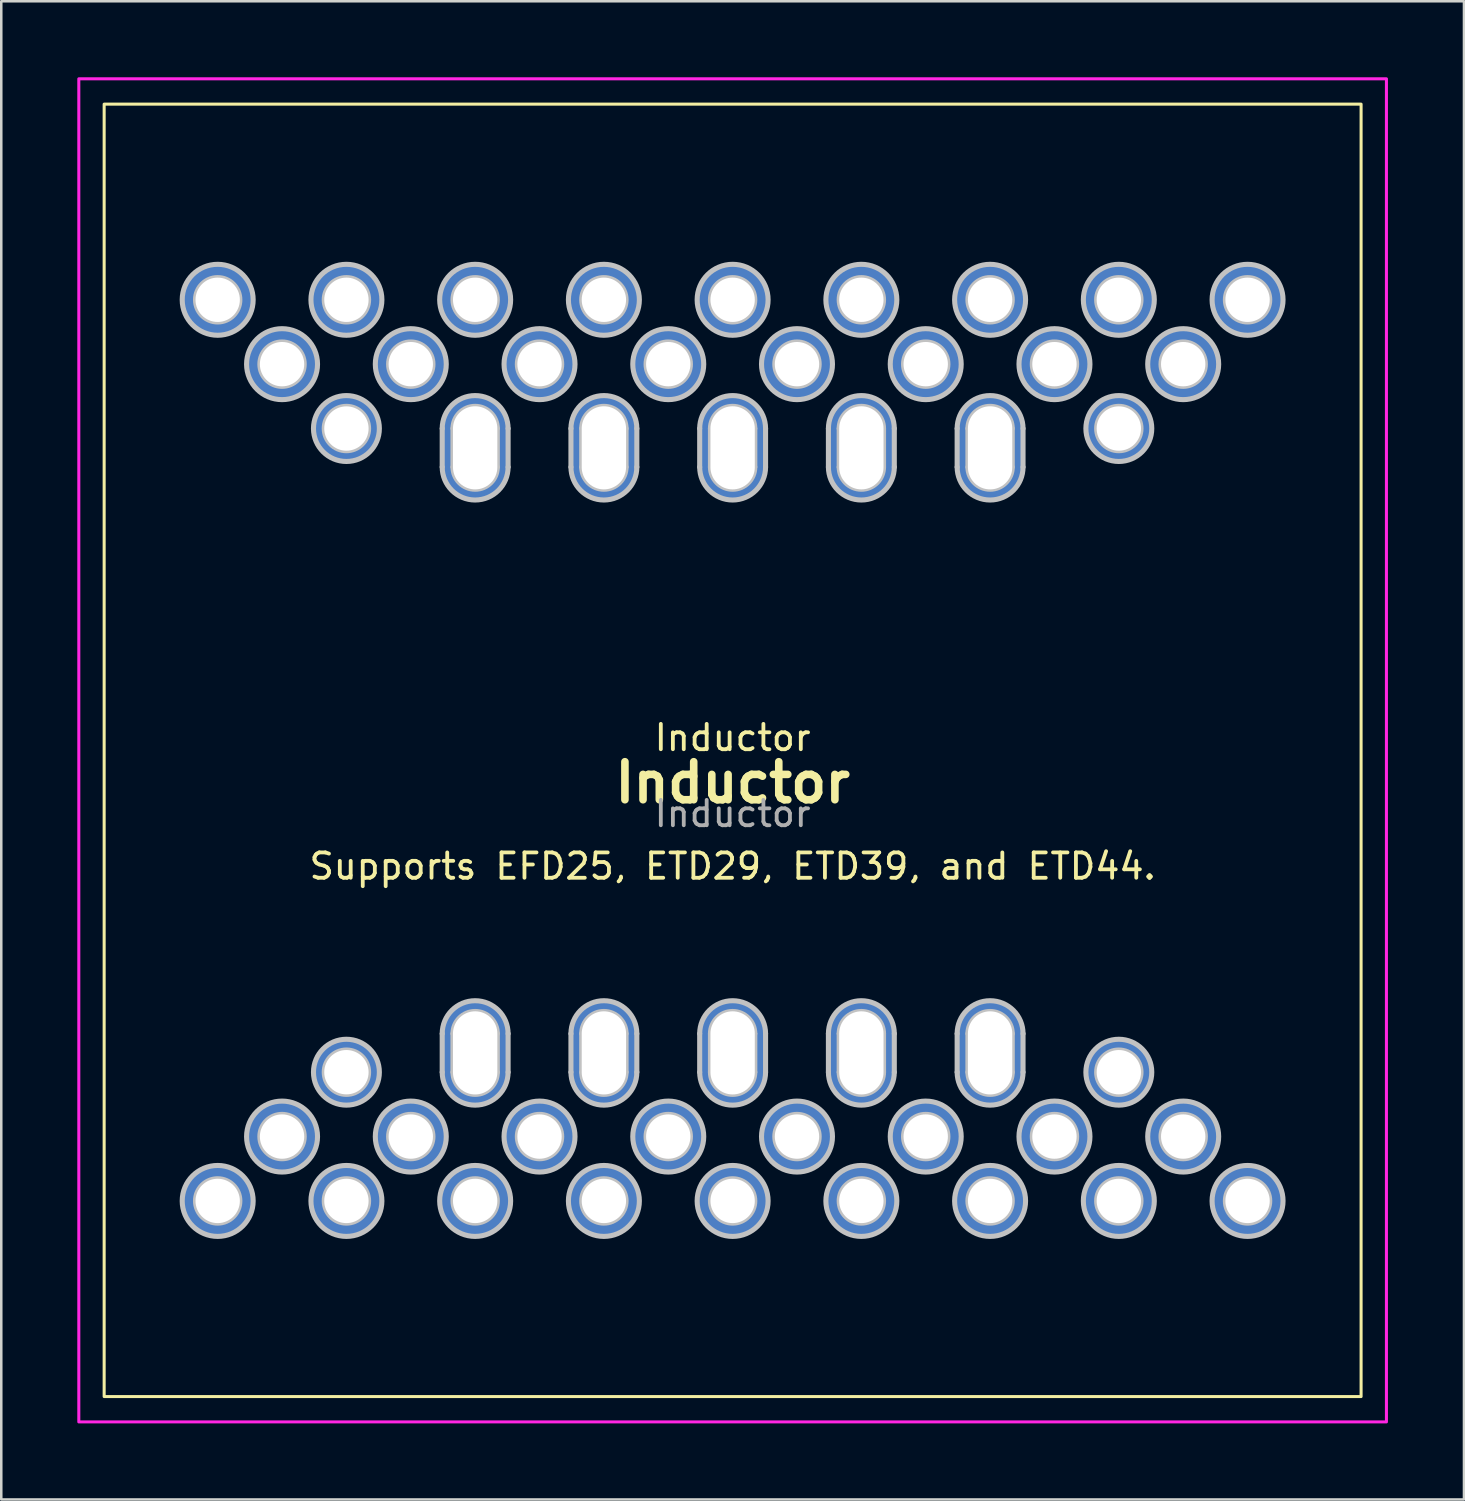
<source format=kicad_pcb>
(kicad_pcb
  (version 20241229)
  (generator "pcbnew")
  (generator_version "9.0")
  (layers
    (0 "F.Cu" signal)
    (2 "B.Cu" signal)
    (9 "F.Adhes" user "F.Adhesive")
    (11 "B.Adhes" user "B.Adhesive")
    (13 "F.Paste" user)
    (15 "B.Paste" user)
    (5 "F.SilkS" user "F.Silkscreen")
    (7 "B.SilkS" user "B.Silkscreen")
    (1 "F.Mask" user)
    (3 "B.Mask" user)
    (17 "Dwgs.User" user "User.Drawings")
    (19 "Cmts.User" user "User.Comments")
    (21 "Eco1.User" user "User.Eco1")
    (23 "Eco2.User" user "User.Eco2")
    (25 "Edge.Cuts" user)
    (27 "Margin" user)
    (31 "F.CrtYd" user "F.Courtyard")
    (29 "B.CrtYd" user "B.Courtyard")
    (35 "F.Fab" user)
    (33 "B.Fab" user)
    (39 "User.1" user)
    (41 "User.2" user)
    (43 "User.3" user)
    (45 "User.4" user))
  (footprint "Inductor"
    (layer "F.Cu")
    (at 25.86 26.56)
    (property "Reference" "Inductor" (at 0 -0.5 0) (unlocked yes) (layer "F.SilkS") (effects (font (size 1 1) (thickness 0.15))))
    (attr through_hole)
    (fp_rect (start -24.8 -25.5) (end 24.8 25.5) (stroke (width 0.12) (type default)) (fill no) (layer "F.SilkS"))
    (fp_line (start -11.46 -12.7) (end -11.46 -11.179) (stroke (width 0.2) (type default)) (layer "Dwgs.User"))
    (fp_line (start -11.46 12.7) (end -11.46 11.179) (stroke (width 0.2) (type default)) (layer "Dwgs.User"))
    (fp_line (start -11.035 -12.7) (end -11.035 -11.179) (stroke (width 0.2) (type default)) (layer "Dwgs.User"))
    (fp_line (start -11.035 12.7) (end -11.035 11.179) (stroke (width 0.2) (type default)) (layer "Dwgs.User"))
    (fp_line (start -10.16 -12.7) (end -10.16 -11.179) (stroke (width 0.2) (type default)) (layer "Dwgs.User"))
    (fp_line (start -10.16 -12.7) (end -10.16 -11.179) (stroke (width 0.2) (type default)) (layer "Dwgs.User"))
    (fp_line (start -10.16 12.7) (end -10.16 11.179) (stroke (width 0.2) (type default)) (layer "Dwgs.User"))
    (fp_line (start -10.16 12.7) (end -10.16 11.179) (stroke (width 0.2) (type default)) (layer "Dwgs.User"))
    (fp_line (start -9.285 -12.7) (end -9.285 -11.179) (stroke (width 0.2) (type default)) (layer "Dwgs.User"))
    (fp_line (start -9.285 12.7) (end -9.285 11.179) (stroke (width 0.2) (type default)) (layer "Dwgs.User"))
    (fp_line (start -8.86 -12.7) (end -8.86 -11.179) (stroke (width 0.2) (type default)) (layer "Dwgs.User"))
    (fp_line (start -8.86 12.7) (end -8.86 11.179) (stroke (width 0.2) (type default)) (layer "Dwgs.User"))
    (fp_line (start -6.38 -12.7) (end -6.38 -11.179) (stroke (width 0.2) (type default)) (layer "Dwgs.User"))
    (fp_line (start -6.38 12.7) (end -6.38 11.179) (stroke (width 0.2) (type default)) (layer "Dwgs.User"))
    (fp_line (start -5.955 -12.7) (end -5.955 -11.179) (stroke (width 0.2) (type default)) (layer "Dwgs.User"))
    (fp_line (start -5.955 12.7) (end -5.955 11.179) (stroke (width 0.2) (type default)) (layer "Dwgs.User"))
    (fp_line (start -5.08 -12.7) (end -5.08 -11.179) (stroke (width 0.2) (type default)) (layer "Dwgs.User"))
    (fp_line (start -5.08 -12.7) (end -5.08 -11.179) (stroke (width 0.2) (type default)) (layer "Dwgs.User"))
    (fp_line (start -5.08 12.7) (end -5.08 11.179) (stroke (width 0.2) (type default)) (layer "Dwgs.User"))
    (fp_line (start -5.08 12.7) (end -5.08 11.179) (stroke (width 0.2) (type default)) (layer "Dwgs.User"))
    (fp_line (start -4.205 -12.7) (end -4.205 -11.179) (stroke (width 0.2) (type default)) (layer "Dwgs.User"))
    (fp_line (start -4.205 12.7) (end -4.205 11.179) (stroke (width 0.2) (type default)) (layer "Dwgs.User"))
    (fp_line (start -3.78 -12.7) (end -3.78 -11.179) (stroke (width 0.2) (type default)) (layer "Dwgs.User"))
    (fp_line (start -3.78 12.7) (end -3.78 11.179) (stroke (width 0.2) (type default)) (layer "Dwgs.User"))
    (fp_line (start -1.3 -12.7) (end -1.3 -11.179) (stroke (width 0.2) (type default)) (layer "Dwgs.User"))
    (fp_line (start -1.3 12.7) (end -1.3 11.179) (stroke (width 0.2) (type default)) (layer "Dwgs.User"))
    (fp_line (start -0.875 -12.7) (end -0.875 -11.179) (stroke (width 0.2) (type default)) (layer "Dwgs.User"))
    (fp_line (start -0.875 12.7) (end -0.875 11.179) (stroke (width 0.2) (type default)) (layer "Dwgs.User"))
    (fp_line (start 0 -12.7) (end 0 -11.179) (stroke (width 0.2) (type default)) (layer "Dwgs.User"))
    (fp_line (start 0 -12.7) (end 0 -11.179) (stroke (width 0.2) (type default)) (layer "Dwgs.User"))
    (fp_line (start 0 12.7) (end 0 11.179) (stroke (width 0.2) (type default)) (layer "Dwgs.User"))
    (fp_line (start 0 12.7) (end 0 11.179) (stroke (width 0.2) (type default)) (layer "Dwgs.User"))
    (fp_line (start 0.875 -12.7) (end 0.875 -11.179) (stroke (width 0.2) (type default)) (layer "Dwgs.User"))
    (fp_line (start 0.875 12.7) (end 0.875 11.179) (stroke (width 0.2) (type default)) (layer "Dwgs.User"))
    (fp_line (start 1.3 -12.7) (end 1.3 -11.179) (stroke (width 0.2) (type default)) (layer "Dwgs.User"))
    (fp_line (start 1.3 12.7) (end 1.3 11.179) (stroke (width 0.2) (type default)) (layer "Dwgs.User"))
    (fp_line (start 3.78 -12.7) (end 3.78 -11.179) (stroke (width 0.2) (type default)) (layer "Dwgs.User"))
    (fp_line (start 3.78 12.7) (end 3.78 11.179) (stroke (width 0.2) (type default)) (layer "Dwgs.User"))
    (fp_line (start 4.205 -12.7) (end 4.205 -11.179) (stroke (width 0.2) (type default)) (layer "Dwgs.User"))
    (fp_line (start 4.205 12.7) (end 4.205 11.179) (stroke (width 0.2) (type default)) (layer "Dwgs.User"))
    (fp_line (start 5.08 -12.7) (end 5.08 -11.179) (stroke (width 0.2) (type default)) (layer "Dwgs.User"))
    (fp_line (start 5.08 -12.7) (end 5.08 -11.179) (stroke (width 0.2) (type default)) (layer "Dwgs.User"))
    (fp_line (start 5.08 12.7) (end 5.08 11.179) (stroke (width 0.2) (type default)) (layer "Dwgs.User"))
    (fp_line (start 5.08 12.7) (end 5.08 11.179) (stroke (width 0.2) (type default)) (layer "Dwgs.User"))
    (fp_line (start 5.955 -12.7) (end 5.955 -11.179) (stroke (width 0.2) (type default)) (layer "Dwgs.User"))
    (fp_line (start 5.955 12.7) (end 5.955 11.179) (stroke (width 0.2) (type default)) (layer "Dwgs.User"))
    (fp_line (start 6.38 -12.7) (end 6.38 -11.179) (stroke (width 0.2) (type default)) (layer "Dwgs.User"))
    (fp_line (start 6.38 12.7) (end 6.38 11.179) (stroke (width 0.2) (type default)) (layer "Dwgs.User"))
    (fp_line (start 8.86 -12.7) (end 8.86 -11.179) (stroke (width 0.2) (type default)) (layer "Dwgs.User"))
    (fp_line (start 8.86 12.7) (end 8.86 11.179) (stroke (width 0.2) (type default)) (layer "Dwgs.User"))
    (fp_line (start 9.285 -12.7) (end 9.285 -11.179) (stroke (width 0.2) (type default)) (layer "Dwgs.User"))
    (fp_line (start 9.285 12.7) (end 9.285 11.179) (stroke (width 0.2) (type default)) (layer "Dwgs.User"))
    (fp_line (start 10.16 -12.7) (end 10.16 -11.179) (stroke (width 0.2) (type default)) (layer "Dwgs.User"))
    (fp_line (start 10.16 -12.7) (end 10.16 -11.179) (stroke (width 0.2) (type default)) (layer "Dwgs.User"))
    (fp_line (start 10.16 12.7) (end 10.16 11.179) (stroke (width 0.2) (type default)) (layer "Dwgs.User"))
    (fp_line (start 10.16 12.7) (end 10.16 11.179) (stroke (width 0.2) (type default)) (layer "Dwgs.User"))
    (fp_line (start 11.035 -12.7) (end 11.035 -11.179) (stroke (width 0.2) (type default)) (layer "Dwgs.User"))
    (fp_line (start 11.035 12.7) (end 11.035 11.179) (stroke (width 0.2) (type default)) (layer "Dwgs.User"))
    (fp_line (start 11.46 -12.7) (end 11.46 -11.179) (stroke (width 0.2) (type default)) (layer "Dwgs.User"))
    (fp_line (start 11.46 12.7) (end 11.46 11.179) (stroke (width 0.2) (type default)) (layer "Dwgs.User"))
    (fp_arc (start -11.46 -12.7) (mid -10.16 -14) (end -8.86 -12.7) (stroke (width 0.2) (type default)) (layer "Dwgs.User"))
    (fp_arc (start -11.46 11.179113) (mid -10.16 9.879113) (end -8.86 11.179113) (stroke (width 0.2) (type default)) (layer "Dwgs.User"))
    (fp_arc (start -11.035 -12.7) (mid -10.16 -13.575) (end -9.285 -12.7) (stroke (width 0.2) (type default)) (layer "Dwgs.User"))
    (fp_arc (start -11.035 11.179113) (mid -10.16 10.304113) (end -9.285 11.179113) (stroke (width 0.2) (type default)) (layer "Dwgs.User"))
    (fp_arc (start -9.285 -11.179113) (mid -10.16 -10.304113) (end -11.035 -11.179113) (stroke (width 0.2) (type default)) (layer "Dwgs.User"))
    (fp_arc (start -9.285 12.7) (mid -10.16 13.575) (end -11.035 12.7) (stroke (width 0.2) (type default)) (layer "Dwgs.User"))
    (fp_arc (start -8.86 -11.179113) (mid -10.16 -9.879113) (end -11.46 -11.179113) (stroke (width 0.2) (type default)) (layer "Dwgs.User"))
    (fp_arc (start -8.86 12.7) (mid -10.16 14) (end -11.46 12.7) (stroke (width 0.2) (type default)) (layer "Dwgs.User"))
    (fp_arc (start -6.38 -12.7) (mid -5.08 -14) (end -3.78 -12.7) (stroke (width 0.2) (type default)) (layer "Dwgs.User"))
    (fp_arc (start -6.38 11.179113) (mid -5.08 9.879113) (end -3.78 11.179113) (stroke (width 0.2) (type default)) (layer "Dwgs.User"))
    (fp_arc (start -5.955 -12.7) (mid -5.08 -13.575) (end -4.205 -12.7) (stroke (width 0.2) (type default)) (layer "Dwgs.User"))
    (fp_arc (start -5.955 11.179113) (mid -5.08 10.304113) (end -4.205 11.179113) (stroke (width 0.2) (type default)) (layer "Dwgs.User"))
    (fp_arc (start -4.205 -11.179113) (mid -5.08 -10.304113) (end -5.955 -11.179113) (stroke (width 0.2) (type default)) (layer "Dwgs.User"))
    (fp_arc (start -4.205 12.7) (mid -5.08 13.575) (end -5.955 12.7) (stroke (width 0.2) (type default)) (layer "Dwgs.User"))
    (fp_arc (start -3.78 -11.179113) (mid -5.08 -9.879113) (end -6.38 -11.179113) (stroke (width 0.2) (type default)) (layer "Dwgs.User"))
    (fp_arc (start -3.78 12.7) (mid -5.08 14) (end -6.38 12.7) (stroke (width 0.2) (type default)) (layer "Dwgs.User"))
    (fp_arc (start -1.3 -12.7) (mid 0 -14) (end 1.3 -12.7) (stroke (width 0.2) (type default)) (layer "Dwgs.User"))
    (fp_arc (start -1.3 11.179113) (mid 0 9.879113) (end 1.3 11.179113) (stroke (width 0.2) (type default)) (layer "Dwgs.User"))
    (fp_arc (start -0.875 -12.7) (mid 0 -13.575) (end 0.875 -12.7) (stroke (width 0.2) (type default)) (layer "Dwgs.User"))
    (fp_arc (start -0.875 11.179113) (mid 0 10.304113) (end 0.875 11.179113) (stroke (width 0.2) (type default)) (layer "Dwgs.User"))
    (fp_arc (start 0.875 -11.179113) (mid 0 -10.304113) (end -0.875 -11.179113) (stroke (width 0.2) (type default)) (layer "Dwgs.User"))
    (fp_arc (start 0.875 12.7) (mid 0 13.575) (end -0.875 12.7) (stroke (width 0.2) (type default)) (layer "Dwgs.User"))
    (fp_arc (start 1.3 -11.179113) (mid 0 -9.879113) (end -1.3 -11.179113) (stroke (width 0.2) (type default)) (layer "Dwgs.User"))
    (fp_arc (start 1.3 12.7) (mid 0 14) (end -1.3 12.7) (stroke (width 0.2) (type default)) (layer "Dwgs.User"))
    (fp_arc (start 3.78 -12.7) (mid 5.08 -14) (end 6.38 -12.7) (stroke (width 0.2) (type default)) (layer "Dwgs.User"))
    (fp_arc (start 3.78 11.179113) (mid 5.08 9.879113) (end 6.38 11.179113) (stroke (width 0.2) (type default)) (layer "Dwgs.User"))
    (fp_arc (start 4.205 -12.7) (mid 5.08 -13.575) (end 5.955 -12.7) (stroke (width 0.2) (type default)) (layer "Dwgs.User"))
    (fp_arc (start 4.205 11.179113) (mid 5.08 10.304113) (end 5.955 11.179113) (stroke (width 0.2) (type default)) (layer "Dwgs.User"))
    (fp_arc (start 5.955 -11.179113) (mid 5.08 -10.304113) (end 4.205 -11.179113) (stroke (width 0.2) (type default)) (layer "Dwgs.User"))
    (fp_arc (start 5.955 12.7) (mid 5.08 13.575) (end 4.205 12.7) (stroke (width 0.2) (type default)) (layer "Dwgs.User"))
    (fp_arc (start 6.38 -11.179113) (mid 5.08 -9.879113) (end 3.78 -11.179113) (stroke (width 0.2) (type default)) (layer "Dwgs.User"))
    (fp_arc (start 6.38 12.7) (mid 5.08 14) (end 3.78 12.7) (stroke (width 0.2) (type default)) (layer "Dwgs.User"))
    (fp_arc (start 8.86 -12.7) (mid 10.16 -14) (end 11.46 -12.7) (stroke (width 0.2) (type default)) (layer "Dwgs.User"))
    (fp_arc (start 8.86 11.179113) (mid 10.16 9.879113) (end 11.46 11.179113) (stroke (width 0.2) (type default)) (layer "Dwgs.User"))
    (fp_arc (start 9.285 -12.7) (mid 10.16 -13.575) (end 11.035 -12.7) (stroke (width 0.2) (type default)) (layer "Dwgs.User"))
    (fp_arc (start 9.285 11.179113) (mid 10.16 10.304113) (end 11.035 11.179113) (stroke (width 0.2) (type default)) (layer "Dwgs.User"))
    (fp_arc (start 11.035 -11.179113) (mid 10.16 -10.304113) (end 9.285 -11.179113) (stroke (width 0.2) (type default)) (layer "Dwgs.User"))
    (fp_arc (start 11.035 12.7) (mid 10.16 13.575) (end 9.285 12.7) (stroke (width 0.2) (type default)) (layer "Dwgs.User"))
    (fp_arc (start 11.46 -11.179113) (mid 10.16 -9.879113) (end 8.86 -11.179113) (stroke (width 0.2) (type default)) (layer "Dwgs.User"))
    (fp_arc (start 11.46 12.7) (mid 10.16 14) (end 8.86 12.7) (stroke (width 0.2) (type default)) (layer "Dwgs.User"))
    (fp_circle (center -20.32 -17.78) (end -19.445 -17.78) (stroke (width 0.2) (type default)) (fill no) (layer "Dwgs.User"))
    (fp_circle (center -20.32 -17.78) (end -18.92 -17.78) (stroke (width 0.2) (type default)) (fill no) (layer "Dwgs.User"))
    (fp_circle (center -20.32 17.78) (end -19.445 17.78) (stroke (width 0.2) (type default)) (fill no) (layer "Dwgs.User"))
    (fp_circle (center -20.32 17.78) (end -18.92 17.78) (stroke (width 0.2) (type default)) (fill no) (layer "Dwgs.User"))
    (fp_circle (center -17.78 -15.24) (end -16.905 -15.24) (stroke (width 0.2) (type default)) (fill no) (layer "Dwgs.User"))
    (fp_circle (center -17.78 -15.24) (end -16.38 -15.24) (stroke (width 0.2) (type default)) (fill no) (layer "Dwgs.User"))
    (fp_circle (center -17.78 15.24) (end -16.905 15.24) (stroke (width 0.2) (type default)) (fill no) (layer "Dwgs.User"))
    (fp_circle (center -17.78 15.24) (end -16.38 15.24) (stroke (width 0.2) (type default)) (fill no) (layer "Dwgs.User"))
    (fp_circle (center -15.24 -17.78) (end -14.365 -17.78) (stroke (width 0.2) (type default)) (fill no) (layer "Dwgs.User"))
    (fp_circle (center -15.24 -17.78) (end -13.84 -17.78) (stroke (width 0.2) (type default)) (fill no) (layer "Dwgs.User"))
    (fp_circle (center -15.24 -12.7) (end -14.365 -12.7) (stroke (width 0.2) (type default)) (fill no) (layer "Dwgs.User"))
    (fp_circle (center -15.24 -12.7) (end -13.94 -12.7) (stroke (width 0.2) (type default)) (fill no) (layer "Dwgs.User"))
    (fp_circle (center -15.24 12.7) (end -14.365 12.7) (stroke (width 0.2) (type default)) (fill no) (layer "Dwgs.User"))
    (fp_circle (center -15.24 12.7) (end -13.94 12.7) (stroke (width 0.2) (type default)) (fill no) (layer "Dwgs.User"))
    (fp_circle (center -15.24 17.78) (end -14.365 17.78) (stroke (width 0.2) (type default)) (fill no) (layer "Dwgs.User"))
    (fp_circle (center -15.24 17.78) (end -13.84 17.78) (stroke (width 0.2) (type default)) (fill no) (layer "Dwgs.User"))
    (fp_circle (center -12.7 -15.24) (end -11.825 -15.24) (stroke (width 0.2) (type default)) (fill no) (layer "Dwgs.User"))
    (fp_circle (center -12.7 -15.24) (end -11.3 -15.24) (stroke (width 0.2) (type default)) (fill no) (layer "Dwgs.User"))
    (fp_circle (center -12.7 15.24) (end -11.825 15.24) (stroke (width 0.2) (type default)) (fill no) (layer "Dwgs.User"))
    (fp_circle (center -12.7 15.24) (end -11.3 15.24) (stroke (width 0.2) (type default)) (fill no) (layer "Dwgs.User"))
    (fp_circle (center -10.16 -17.78) (end -9.285 -17.78) (stroke (width 0.2) (type default)) (fill no) (layer "Dwgs.User"))
    (fp_circle (center -10.16 -17.78) (end -8.76 -17.78) (stroke (width 0.2) (type default)) (fill no) (layer "Dwgs.User"))
    (fp_circle (center -10.16 -11.94) (end -10.15 -11.94) (stroke (width 0.0001) (type default)) (fill no) (layer "Dwgs.User"))
    (fp_circle (center -10.16 -11.94) (end -10.15 -11.94) (stroke (width 0.0001) (type default)) (fill no) (layer "Dwgs.User"))
    (fp_circle (center -10.16 11.94) (end -10.15 11.94) (stroke (width 0.0001) (type default)) (fill no) (layer "Dwgs.User"))
    (fp_circle (center -10.16 11.94) (end -10.15 11.94) (stroke (width 0.0001) (type default)) (fill no) (layer "Dwgs.User"))
    (fp_circle (center -10.16 17.78) (end -9.285 17.78) (stroke (width 0.2) (type default)) (fill no) (layer "Dwgs.User"))
    (fp_circle (center -10.16 17.78) (end -8.76 17.78) (stroke (width 0.2) (type default)) (fill no) (layer "Dwgs.User"))
    (fp_circle (center -7.62 -15.24) (end -6.745 -15.24) (stroke (width 0.2) (type default)) (fill no) (layer "Dwgs.User"))
    (fp_circle (center -7.62 -15.24) (end -6.22 -15.24) (stroke (width 0.2) (type default)) (fill no) (layer "Dwgs.User"))
    (fp_circle (center -7.62 15.24) (end -6.745 15.24) (stroke (width 0.2) (type default)) (fill no) (layer "Dwgs.User"))
    (fp_circle (center -7.62 15.24) (end -6.22 15.24) (stroke (width 0.2) (type default)) (fill no) (layer "Dwgs.User"))
    (fp_circle (center -5.08 -17.78) (end -4.205 -17.78) (stroke (width 0.2) (type default)) (fill no) (layer "Dwgs.User"))
    (fp_circle (center -5.08 -17.78) (end -3.68 -17.78) (stroke (width 0.2) (type default)) (fill no) (layer "Dwgs.User"))
    (fp_circle (center -5.08 -11.94) (end -5.07 -11.94) (stroke (width 0.0001) (type default)) (fill no) (layer "Dwgs.User"))
    (fp_circle (center -5.08 -11.94) (end -5.07 -11.94) (stroke (width 0.0001) (type default)) (fill no) (layer "Dwgs.User"))
    (fp_circle (center -5.08 11.94) (end -5.07 11.94) (stroke (width 0.0001) (type default)) (fill no) (layer "Dwgs.User"))
    (fp_circle (center -5.08 11.94) (end -5.07 11.94) (stroke (width 0.0001) (type default)) (fill no) (layer "Dwgs.User"))
    (fp_circle (center -5.08 17.78) (end -4.205 17.78) (stroke (width 0.2) (type default)) (fill no) (layer "Dwgs.User"))
    (fp_circle (center -5.08 17.78) (end -3.68 17.78) (stroke (width 0.2) (type default)) (fill no) (layer "Dwgs.User"))
    (fp_circle (center -2.54 -15.24) (end -1.665 -15.24) (stroke (width 0.2) (type default)) (fill no) (layer "Dwgs.User"))
    (fp_circle (center -2.54 -15.24) (end -1.14 -15.24) (stroke (width 0.2) (type default)) (fill no) (layer "Dwgs.User"))
    (fp_circle (center -2.54 15.24) (end -1.665 15.24) (stroke (width 0.2) (type default)) (fill no) (layer "Dwgs.User"))
    (fp_circle (center -2.54 15.24) (end -1.14 15.24) (stroke (width 0.2) (type default)) (fill no) (layer "Dwgs.User"))
    (fp_circle (center 0 -17.78) (end 0.875 -17.78) (stroke (width 0.2) (type default)) (fill no) (layer "Dwgs.User"))
    (fp_circle (center 0 -17.78) (end 1.4 -17.78) (stroke (width 0.2) (type default)) (fill no) (layer "Dwgs.User"))
    (fp_circle (center 0 -11.94) (end 0.01 -11.94) (stroke (width 0.0001) (type default)) (fill no) (layer "Dwgs.User"))
    (fp_circle (center 0 -11.94) (end 0.01 -11.94) (stroke (width 0.0001) (type default)) (fill no) (layer "Dwgs.User"))
    (fp_circle (center 0 0) (end 0.01 0) (stroke (width 0.0001) (type default)) (fill no) (layer "Dwgs.User"))
    (fp_circle (center 0 11.94) (end 0.01 11.94) (stroke (width 0.0001) (type default)) (fill no) (layer "Dwgs.User"))
    (fp_circle (center 0 11.94) (end 0.01 11.94) (stroke (width 0.0001) (type default)) (fill no) (layer "Dwgs.User"))
    (fp_circle (center 0 17.78) (end 0.875 17.78) (stroke (width 0.2) (type default)) (fill no) (layer "Dwgs.User"))
    (fp_circle (center 0 17.78) (end 1.4 17.78) (stroke (width 0.2) (type default)) (fill no) (layer "Dwgs.User"))
    (fp_circle (center 2.54 -15.24) (end 3.415 -15.24) (stroke (width 0.2) (type default)) (fill no) (layer "Dwgs.User"))
    (fp_circle (center 2.54 -15.24) (end 3.94 -15.24) (stroke (width 0.2) (type default)) (fill no) (layer "Dwgs.User"))
    (fp_circle (center 2.54 15.24) (end 3.415 15.24) (stroke (width 0.2) (type default)) (fill no) (layer "Dwgs.User"))
    (fp_circle (center 2.54 15.24) (end 3.94 15.24) (stroke (width 0.2) (type default)) (fill no) (layer "Dwgs.User"))
    (fp_circle (center 5.08 -17.78) (end 5.955 -17.78) (stroke (width 0.2) (type default)) (fill no) (layer "Dwgs.User"))
    (fp_circle (center 5.08 -17.78) (end 6.48 -17.78) (stroke (width 0.2) (type default)) (fill no) (layer "Dwgs.User"))
    (fp_circle (center 5.08 -11.94) (end 5.09 -11.94) (stroke (width 0.0001) (type default)) (fill no) (layer "Dwgs.User"))
    (fp_circle (center 5.08 -11.94) (end 5.09 -11.94) (stroke (width 0.0001) (type default)) (fill no) (layer "Dwgs.User"))
    (fp_circle (center 5.08 11.94) (end 5.09 11.94) (stroke (width 0.0001) (type default)) (fill no) (layer "Dwgs.User"))
    (fp_circle (center 5.08 11.94) (end 5.09 11.94) (stroke (width 0.0001) (type default)) (fill no) (layer "Dwgs.User"))
    (fp_circle (center 5.08 17.78) (end 5.955 17.78) (stroke (width 0.2) (type default)) (fill no) (layer "Dwgs.User"))
    (fp_circle (center 5.08 17.78) (end 6.48 17.78) (stroke (width 0.2) (type default)) (fill no) (layer "Dwgs.User"))
    (fp_circle (center 7.62 -15.24) (end 8.495 -15.24) (stroke (width 0.2) (type default)) (fill no) (layer "Dwgs.User"))
    (fp_circle (center 7.62 -15.24) (end 9.02 -15.24) (stroke (width 0.2) (type default)) (fill no) (layer "Dwgs.User"))
    (fp_circle (center 7.62 15.24) (end 8.495 15.24) (stroke (width 0.2) (type default)) (fill no) (layer "Dwgs.User"))
    (fp_circle (center 7.62 15.24) (end 9.02 15.24) (stroke (width 0.2) (type default)) (fill no) (layer "Dwgs.User"))
    (fp_circle (center 10.16 -17.78) (end 11.035 -17.78) (stroke (width 0.2) (type default)) (fill no) (layer "Dwgs.User"))
    (fp_circle (center 10.16 -17.78) (end 11.56 -17.78) (stroke (width 0.2) (type default)) (fill no) (layer "Dwgs.User"))
    (fp_circle (center 10.16 -11.94) (end 10.17 -11.94) (stroke (width 0.0001) (type default)) (fill no) (layer "Dwgs.User"))
    (fp_circle (center 10.16 -11.94) (end 10.17 -11.94) (stroke (width 0.0001) (type default)) (fill no) (layer "Dwgs.User"))
    (fp_circle (center 10.16 11.94) (end 10.17 11.94) (stroke (width 0.0001) (type default)) (fill no) (layer "Dwgs.User"))
    (fp_circle (center 10.16 11.94) (end 10.17 11.94) (stroke (width 0.0001) (type default)) (fill no) (layer "Dwgs.User"))
    (fp_circle (center 10.16 17.78) (end 11.035 17.78) (stroke (width 0.2) (type default)) (fill no) (layer "Dwgs.User"))
    (fp_circle (center 10.16 17.78) (end 11.56 17.78) (stroke (width 0.2) (type default)) (fill no) (layer "Dwgs.User"))
    (fp_circle (center 12.7 -15.24) (end 13.575 -15.24) (stroke (width 0.2) (type default)) (fill no) (layer "Dwgs.User"))
    (fp_circle (center 12.7 -15.24) (end 14.1 -15.24) (stroke (width 0.2) (type default)) (fill no) (layer "Dwgs.User"))
    (fp_circle (center 12.7 15.24) (end 13.575 15.24) (stroke (width 0.2) (type default)) (fill no) (layer "Dwgs.User"))
    (fp_circle (center 12.7 15.24) (end 14.1 15.24) (stroke (width 0.2) (type default)) (fill no) (layer "Dwgs.User"))
    (fp_circle (center 15.24 -17.78) (end 16.115 -17.78) (stroke (width 0.2) (type default)) (fill no) (layer "Dwgs.User"))
    (fp_circle (center 15.24 -17.78) (end 16.64 -17.78) (stroke (width 0.2) (type default)) (fill no) (layer "Dwgs.User"))
    (fp_circle (center 15.24 -12.7) (end 16.115 -12.7) (stroke (width 0.2) (type default)) (fill no) (layer "Dwgs.User"))
    (fp_circle (center 15.24 -12.7) (end 16.54 -12.7) (stroke (width 0.2) (type default)) (fill no) (layer "Dwgs.User"))
    (fp_circle (center 15.24 12.7) (end 16.115 12.7) (stroke (width 0.2) (type default)) (fill no) (layer "Dwgs.User"))
    (fp_circle (center 15.24 12.7) (end 16.54 12.7) (stroke (width 0.2) (type default)) (fill no) (layer "Dwgs.User"))
    (fp_circle (center 15.24 17.78) (end 16.115 17.78) (stroke (width 0.2) (type default)) (fill no) (layer "Dwgs.User"))
    (fp_circle (center 15.24 17.78) (end 16.64 17.78) (stroke (width 0.2) (type default)) (fill no) (layer "Dwgs.User"))
    (fp_circle (center 17.78 -15.24) (end 18.655 -15.24) (stroke (width 0.2) (type default)) (fill no) (layer "Dwgs.User"))
    (fp_circle (center 17.78 -15.24) (end 19.18 -15.24) (stroke (width 0.2) (type default)) (fill no) (layer "Dwgs.User"))
    (fp_circle (center 17.78 15.24) (end 18.655 15.24) (stroke (width 0.2) (type default)) (fill no) (layer "Dwgs.User"))
    (fp_circle (center 17.78 15.24) (end 19.18 15.24) (stroke (width 0.2) (type default)) (fill no) (layer "Dwgs.User"))
    (fp_circle (center 20.32 -17.78) (end 21.195 -17.78) (stroke (width 0.2) (type default)) (fill no) (layer "Dwgs.User"))
    (fp_circle (center 20.32 -17.78) (end 21.72 -17.78) (stroke (width 0.2) (type default)) (fill no) (layer "Dwgs.User"))
    (fp_circle (center 20.32 17.78) (end 21.195 17.78) (stroke (width 0.2) (type default)) (fill no) (layer "Dwgs.User"))
    (fp_circle (center 20.32 17.78) (end 21.72 17.78) (stroke (width 0.2) (type default)) (fill no) (layer "Dwgs.User"))
    (fp_rect (start -25.8 -26.5) (end 25.8 26.5) (stroke (width 0.12) (type default)) (fill no) (layer "F.CrtYd"))
    (fp_text user "Inductor" (at 0 1.27 0) (unlocked yes) (layer "F.SilkS") (effects (font (size 1.5 1.5) (thickness 0.3) (bold yes))))
    (fp_text user "Supports EFD25, ETD29, ETD39, and ETD44." (at 0 4.572 0) (unlocked yes) (layer "F.SilkS") (effects (font (size 1 1) (thickness 0.15))))
    (fp_text user "${REFERENCE}" (at 0 2.5 0) (unlocked yes) (layer "F.Fab") (effects (font (size 1 1) (thickness 0.15))))
    (pad "1" thru_hole circle (at -20.32 -17.78) (size 2.8 2.8) (drill 1.75) (layers "*.Cu" "*.Mask"))
    (pad "1" thru_hole circle (at -17.78 -15.24) (size 2.8 2.8) (drill 1.75) (layers "*.Cu" "*.Mask"))
    (pad "1" thru_hole circle (at -15.24 -17.78) (size 2.8 2.8) (drill 1.75) (layers "*.Cu" "*.Mask"))
    (pad "1" thru_hole circle (at -15.24 -12.7) (size 2.6 2.6) (drill 1.75) (layers "*.Cu" "*.Mask"))
    (pad "1" thru_hole circle (at -12.7 -15.24) (size 2.8 2.8) (drill 1.75) (layers "*.Cu" "*.Mask"))
    (pad "1" thru_hole circle (at -10.16 -17.78) (size 2.8 2.8) (drill 1.75) (layers "*.Cu" "*.Mask"))
    (pad "1" thru_hole oval (at -10.16 -11.938) (size 2.6 4.2) (drill oval 1.75 3.28) (layers "*.Cu" "*.Mask"))
    (pad "1" thru_hole circle (at -7.62 -15.24) (size 2.8 2.8) (drill 1.75) (layers "*.Cu" "*.Mask"))
    (pad "1" thru_hole circle (at -5.08 -17.78) (size 2.8 2.8) (drill 1.75) (layers "*.Cu" "*.Mask"))
    (pad "1" thru_hole oval (at -5.08 -11.938) (size 2.6 4.2) (drill oval 1.75 3.28) (layers "*.Cu" "*.Mask"))
    (pad "1" thru_hole circle (at -2.54 -15.24) (size 2.8 2.8) (drill 1.75) (layers "*.Cu" "*.Mask"))
    (pad "1" thru_hole circle (at 0 -17.78) (size 2.8 2.8) (drill 1.75) (layers "*.Cu" "*.Mask"))
    (pad "1" thru_hole oval (at 0 -11.938) (size 2.6 4.2) (drill oval 1.75 3.28) (layers "*.Cu" "*.Mask"))
    (pad "1" thru_hole circle (at 2.54 -15.24) (size 2.8 2.8) (drill 1.75) (layers "*.Cu" "*.Mask"))
    (pad "1" thru_hole circle (at 5.08 -17.78) (size 2.8 2.8) (drill 1.75) (layers "*.Cu" "*.Mask"))
    (pad "1" thru_hole oval (at 5.08 -11.938) (size 2.6 4.2) (drill oval 1.75 3.28) (layers "*.Cu" "*.Mask"))
    (pad "1" thru_hole circle (at 7.62 -15.24) (size 2.8 2.8) (drill 1.75) (layers "*.Cu" "*.Mask"))
    (pad "1" thru_hole circle (at 10.16 -17.78) (size 2.8 2.8) (drill 1.75) (layers "*.Cu" "*.Mask"))
    (pad "1" thru_hole oval (at 10.16 -11.938) (size 2.6 4.2) (drill oval 1.75 3.28) (layers "*.Cu" "*.Mask"))
    (pad "1" thru_hole circle (at 12.7 -15.24) (size 2.8 2.8) (drill 1.75) (layers "*.Cu" "*.Mask"))
    (pad "1" thru_hole circle (at 15.24 -17.78) (size 2.8 2.8) (drill 1.75) (layers "*.Cu" "*.Mask"))
    (pad "1" thru_hole circle (at 15.24 -12.7) (size 2.6 2.6) (drill 1.75) (layers "*.Cu" "*.Mask"))
    (pad "1" thru_hole circle (at 17.78 -15.24) (size 2.8 2.8) (drill 1.75) (layers "*.Cu" "*.Mask"))
    (pad "1" thru_hole circle (at 20.32 -17.78) (size 2.8 2.8) (drill 1.75) (layers "*.Cu" "*.Mask"))
    (pad "2" thru_hole circle (at -20.32 17.78) (size 2.8 2.8) (drill 1.75) (layers "*.Cu" "*.Mask"))
    (pad "2" thru_hole circle (at -17.78 15.24) (size 2.8 2.8) (drill 1.75) (layers "*.Cu" "*.Mask"))
    (pad "2" thru_hole circle (at -15.24 12.7) (size 2.6 2.6) (drill 1.75) (layers "*.Cu" "*.Mask"))
    (pad "2" thru_hole circle (at -15.24 17.78) (size 2.8 2.8) (drill 1.75) (layers "*.Cu" "*.Mask"))
    (pad "2" thru_hole circle (at -12.7 15.24) (size 2.8 2.8) (drill 1.75) (layers "*.Cu" "*.Mask"))
    (pad "2" thru_hole oval (at -10.16 11.938) (size 2.6 4.2) (drill oval 1.75 3.28) (layers "*.Cu" "*.Mask"))
    (pad "2" thru_hole circle (at -10.16 17.78) (size 2.8 2.8) (drill 1.75) (layers "*.Cu" "*.Mask"))
    (pad "2" thru_hole circle (at -7.62 15.24) (size 2.8 2.8) (drill 1.75) (layers "*.Cu" "*.Mask"))
    (pad "2" thru_hole oval (at -5.08 11.938) (size 2.6 4.2) (drill oval 1.75 3.28) (layers "*.Cu" "*.Mask"))
    (pad "2" thru_hole circle (at -5.08 17.78) (size 2.8 2.8) (drill 1.75) (layers "*.Cu" "*.Mask"))
    (pad "2" thru_hole circle (at -2.54 15.24) (size 2.8 2.8) (drill 1.75) (layers "*.Cu" "*.Mask"))
    (pad "2" thru_hole oval (at 0 11.938) (size 2.6 4.2) (drill oval 1.75 3.28) (layers "*.Cu" "*.Mask"))
    (pad "2" thru_hole circle (at 0 17.78) (size 2.8 2.8) (drill 1.75) (layers "*.Cu" "*.Mask"))
    (pad "2" thru_hole circle (at 2.54 15.24) (size 2.8 2.8) (drill 1.75) (layers "*.Cu" "*.Mask"))
    (pad "2" thru_hole oval (at 5.08 11.938) (size 2.6 4.2) (drill oval 1.75 3.28) (layers "*.Cu" "*.Mask"))
    (pad "2" thru_hole circle (at 5.08 17.78) (size 2.8 2.8) (drill 1.75) (layers "*.Cu" "*.Mask"))
    (pad "2" thru_hole circle (at 7.62 15.24) (size 2.8 2.8) (drill 1.75) (layers "*.Cu" "*.Mask"))
    (pad "2" thru_hole oval (at 10.16 11.938) (size 2.6 4.2) (drill oval 1.75 3.28) (layers "*.Cu" "*.Mask"))
    (pad "2" thru_hole circle (at 10.16 17.78) (size 2.8 2.8) (drill 1.75) (layers "*.Cu" "*.Mask"))
    (pad "2" thru_hole circle (at 12.7 15.24) (size 2.8 2.8) (drill 1.75) (layers "*.Cu" "*.Mask"))
    (pad "2" thru_hole circle (at 15.24 12.7) (size 2.6 2.6) (drill 1.75) (layers "*.Cu" "*.Mask"))
    (pad "2" thru_hole circle (at 15.24 17.78) (size 2.8 2.8) (drill 1.75) (layers "*.Cu" "*.Mask"))
    (pad "2" thru_hole circle (at 17.78 15.24) (size 2.8 2.8) (drill 1.75) (layers "*.Cu" "*.Mask"))
    (pad "2" thru_hole circle (at 20.32 17.78) (size 2.8 2.8) (drill 1.75) (layers "*.Cu" "*.Mask")))
  (gr_rect
    (start -3 -3)
    (end 54.72 56.12)
    (stroke (width 0.1) (type default))
    (fill no)
    (layer "Edge.Cuts")))
</source>
